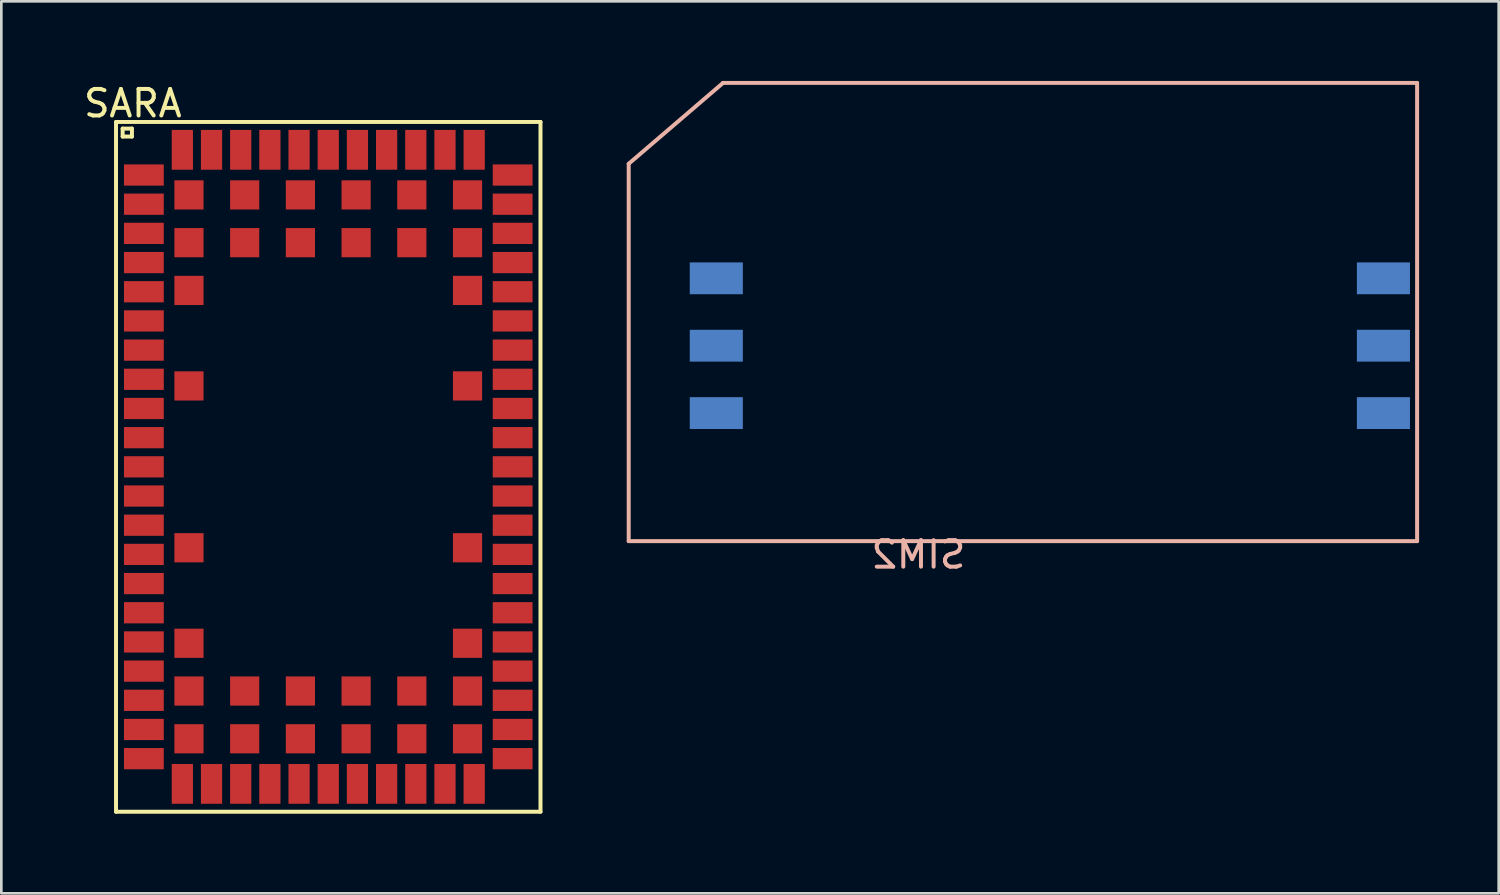
<source format=kicad_pcb>
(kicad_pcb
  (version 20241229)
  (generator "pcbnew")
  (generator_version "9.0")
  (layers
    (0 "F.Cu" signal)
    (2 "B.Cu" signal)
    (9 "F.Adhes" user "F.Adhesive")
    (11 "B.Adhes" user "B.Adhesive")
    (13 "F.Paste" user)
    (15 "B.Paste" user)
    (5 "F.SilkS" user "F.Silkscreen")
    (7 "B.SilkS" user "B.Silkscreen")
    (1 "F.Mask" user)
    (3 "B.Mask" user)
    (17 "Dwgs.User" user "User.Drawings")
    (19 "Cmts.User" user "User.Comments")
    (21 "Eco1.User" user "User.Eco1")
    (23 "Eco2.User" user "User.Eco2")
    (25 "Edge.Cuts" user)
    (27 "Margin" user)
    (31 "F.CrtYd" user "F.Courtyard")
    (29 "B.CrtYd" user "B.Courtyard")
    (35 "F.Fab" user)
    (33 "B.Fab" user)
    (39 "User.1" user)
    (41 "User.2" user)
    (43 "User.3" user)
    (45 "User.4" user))
  (footprint "SIM2"
    (layer "F.Cu")
    (at 20.648 17.347)
    (property "Reference" "SIM2" (at 10.922 0.508 0) (layer "B.SilkS") (effects (font (size 1 1) (thickness 0.15)) (justify mirror)))
    (attr through_hole)
    (fp_line (start 0 -14.224) (end 0 0) (stroke (width 0.15) (type solid)) (layer "B.SilkS"))
    (fp_line (start 0 -14.224) (end 3.556 -17.272) (stroke (width 0.15) (type solid)) (layer "B.SilkS"))
    (fp_line (start 3.556 -17.272) (end 29.718 -17.272) (stroke (width 0.15) (type solid)) (layer "B.SilkS"))
    (fp_line (start 29.718 -17.272) (end 29.718 0) (stroke (width 0.15) (type solid)) (layer "B.SilkS"))
    (fp_line (start 29.718 0) (end 0 0) (stroke (width 0.15) (type solid)) (layer "B.SilkS"))
    (pad "1" smd rect (at 3.302 -9.906) (size 2 1.2) (layers "B.Cu" "B.Mask" "B.Paste"))
    (pad "2" smd rect (at 3.302 -7.366) (size 2 1.2) (layers "B.Cu" "B.Mask" "B.Paste"))
    (pad "3" smd rect (at 3.302 -4.826) (size 2 1.2) (layers "B.Cu" "B.Mask" "B.Paste"))
    (pad "4" smd rect (at 28.448 -4.826) (size 2 1.2) (layers "B.Cu" "B.Mask" "B.Paste"))
    (pad "5" smd rect (at 28.448 -7.366) (size 2 1.2) (layers "B.Cu" "B.Mask" "B.Paste"))
    (pad "6" smd rect (at 28.448 -9.906) (size 2 1.2) (layers "B.Cu" "B.Mask" "B.Paste")))
  (footprint "SARA"
    (layer "F.Cu")
    (at 1.323 1.547)
    (property "Reference" "SARA" (at 0.635 -0.699 0) (layer "F.SilkS") (effects (font (size 1 1) (thickness 0.15))))
    (attr through_hole)
    (fp_line (start 0 0) (end 16 0) (stroke (width 0.15) (type solid)) (layer "F.SilkS"))
    (fp_line (start 0 26) (end 0 0) (stroke (width 0.15) (type solid)) (layer "F.SilkS"))
    (fp_line (start 0.25 0.25) (end 0.25 0.55) (stroke (width 0.15) (type solid)) (layer "F.SilkS"))
    (fp_line (start 0.25 0.55) (end 0.6 0.55) (stroke (width 0.15) (type solid)) (layer "F.SilkS"))
    (fp_line (start 0.6 0.25) (end 0.25 0.25) (stroke (width 0.15) (type solid)) (layer "F.SilkS"))
    (fp_line (start 0.6 0.55) (end 0.6 0.25) (stroke (width 0.15) (type solid)) (layer "F.SilkS"))
    (fp_line (start 16 0) (end 16 26) (stroke (width 0.15) (type solid)) (layer "F.SilkS"))
    (fp_line (start 16 26) (end 0 26) (stroke (width 0.15) (type solid)) (layer "F.SilkS"))
    (pad "1" smd trapezoid (at 1.05 2) (size 1.5 0.8) (layers "F.Cu" "F.Mask" "F.Paste"))
    (pad "2" smd trapezoid (at 1.05 3.1) (size 1.5 0.8) (layers "F.Cu" "F.Mask" "F.Paste"))
    (pad "3" smd trapezoid (at 1.05 4.2) (size 1.5 0.8) (layers "F.Cu" "F.Mask" "F.Paste"))
    (pad "4" smd trapezoid (at 1.05 5.3) (size 1.5 0.8) (layers "F.Cu" "F.Mask" "F.Paste"))
    (pad "5" smd trapezoid (at 1.05 6.4) (size 1.5 0.8) (layers "F.Cu" "F.Mask" "F.Paste"))
    (pad "6" smd trapezoid (at 1.05 7.5) (size 1.5 0.8) (layers "F.Cu" "F.Mask" "F.Paste"))
    (pad "7" smd trapezoid (at 1.05 8.6) (size 1.5 0.8) (layers "F.Cu" "F.Mask" "F.Paste"))
    (pad "8" smd trapezoid (at 1.05 9.7) (size 1.5 0.8) (layers "F.Cu" "F.Mask" "F.Paste"))
    (pad "9" smd trapezoid (at 1.05 10.8) (size 1.5 0.8) (layers "F.Cu" "F.Mask" "F.Paste"))
    (pad "10" smd trapezoid (at 1.05 11.9) (size 1.5 0.8) (layers "F.Cu" "F.Mask" "F.Paste"))
    (pad "11" smd trapezoid (at 1.05 13) (size 1.5 0.8) (layers "F.Cu" "F.Mask" "F.Paste"))
    (pad "12" smd trapezoid (at 1.05 14.1) (size 1.5 0.8) (layers "F.Cu" "F.Mask" "F.Paste"))
    (pad "13" smd trapezoid (at 1.05 15.2) (size 1.5 0.8) (layers "F.Cu" "F.Mask" "F.Paste"))
    (pad "14" smd trapezoid (at 1.05 16.3) (size 1.5 0.8) (layers "F.Cu" "F.Mask" "F.Paste"))
    (pad "15" smd trapezoid (at 1.05 17.4) (size 1.5 0.8) (layers "F.Cu" "F.Mask" "F.Paste"))
    (pad "16" smd trapezoid (at 1.05 18.5) (size 1.5 0.8) (layers "F.Cu" "F.Mask" "F.Paste"))
    (pad "17" smd trapezoid (at 1.05 19.6) (size 1.5 0.8) (layers "F.Cu" "F.Mask" "F.Paste"))
    (pad "18" smd trapezoid (at 1.05 20.7) (size 1.5 0.8) (layers "F.Cu" "F.Mask" "F.Paste"))
    (pad "19" smd trapezoid (at 1.05 21.8) (size 1.5 0.8) (layers "F.Cu" "F.Mask" "F.Paste"))
    (pad "20" smd trapezoid (at 1.05 22.9) (size 1.5 0.8) (layers "F.Cu" "F.Mask" "F.Paste"))
    (pad "21" smd trapezoid (at 1.05 24) (size 1.5 0.8) (layers "F.Cu" "F.Mask" "F.Paste"))
    (pad "22" smd trapezoid (at 2.5 24.95) (size 0.8 1.5) (layers "F.Cu" "F.Mask" "F.Paste"))
    (pad "23" smd trapezoid (at 3.6 24.95) (size 0.8 1.5) (layers "F.Cu" "F.Mask" "F.Paste"))
    (pad "24" smd trapezoid (at 4.7 24.95) (size 0.8 1.5) (layers "F.Cu" "F.Mask" "F.Paste"))
    (pad "25" smd trapezoid (at 5.8 24.95) (size 0.8 1.5) (layers "F.Cu" "F.Mask" "F.Paste"))
    (pad "26" smd trapezoid (at 6.9 24.95) (size 0.8 1.5) (layers "F.Cu" "F.Mask" "F.Paste"))
    (pad "27" smd trapezoid (at 8 24.95) (size 0.8 1.5) (layers "F.Cu" "F.Mask" "F.Paste"))
    (pad "28" smd trapezoid (at 9.1 24.95) (size 0.8 1.5) (layers "F.Cu" "F.Mask" "F.Paste"))
    (pad "29" smd trapezoid (at 10.2 24.95) (size 0.8 1.5) (layers "F.Cu" "F.Mask" "F.Paste"))
    (pad "30" smd trapezoid (at 11.3 24.95) (size 0.8 1.5) (layers "F.Cu" "F.Mask" "F.Paste"))
    (pad "31" smd trapezoid (at 12.4 24.95) (size 0.8 1.5) (layers "F.Cu" "F.Mask" "F.Paste"))
    (pad "32" smd trapezoid (at 13.5 24.95) (size 0.8 1.5) (layers "F.Cu" "F.Mask" "F.Paste"))
    (pad "33" smd trapezoid (at 14.95 24) (size 1.5 0.8) (layers "F.Cu" "F.Mask" "F.Paste"))
    (pad "34" smd trapezoid (at 14.95 22.9) (size 1.5 0.8) (layers "F.Cu" "F.Mask" "F.Paste"))
    (pad "35" smd trapezoid (at 14.95 21.8) (size 1.5 0.8) (layers "F.Cu" "F.Mask" "F.Paste"))
    (pad "36" smd trapezoid (at 14.95 20.7) (size 1.5 0.8) (layers "F.Cu" "F.Mask" "F.Paste"))
    (pad "37" smd trapezoid (at 14.95 19.6) (size 1.5 0.8) (layers "F.Cu" "F.Mask" "F.Paste"))
    (pad "38" smd trapezoid (at 14.95 18.5) (size 1.5 0.8) (layers "F.Cu" "F.Mask" "F.Paste"))
    (pad "39" smd trapezoid (at 14.95 17.4) (size 1.5 0.8) (layers "F.Cu" "F.Mask" "F.Paste"))
    (pad "40" smd trapezoid (at 14.95 16.3) (size 1.5 0.8) (layers "F.Cu" "F.Mask" "F.Paste"))
    (pad "41" smd trapezoid (at 14.95 15.2) (size 1.5 0.8) (layers "F.Cu" "F.Mask" "F.Paste"))
    (pad "42" smd trapezoid (at 14.95 14.1) (size 1.5 0.8) (layers "F.Cu" "F.Mask" "F.Paste"))
    (pad "43" smd trapezoid (at 14.95 13) (size 1.5 0.8) (layers "F.Cu" "F.Mask" "F.Paste"))
    (pad "44" smd trapezoid (at 14.95 11.9) (size 1.5 0.8) (layers "F.Cu" "F.Mask" "F.Paste"))
    (pad "45" smd trapezoid (at 14.95 10.8) (size 1.5 0.8) (layers "F.Cu" "F.Mask" "F.Paste"))
    (pad "46" smd trapezoid (at 14.95 9.7) (size 1.5 0.8) (layers "F.Cu" "F.Mask" "F.Paste"))
    (pad "47" smd trapezoid (at 14.95 8.6) (size 1.5 0.8) (layers "F.Cu" "F.Mask" "F.Paste"))
    (pad "48" smd trapezoid (at 14.95 7.5) (size 1.5 0.8) (layers "F.Cu" "F.Mask" "F.Paste"))
    (pad "49" smd trapezoid (at 14.95 6.4) (size 1.5 0.8) (layers "F.Cu" "F.Mask" "F.Paste"))
    (pad "50" smd trapezoid (at 14.95 5.3) (size 1.5 0.8) (layers "F.Cu" "F.Mask" "F.Paste"))
    (pad "51" smd trapezoid (at 14.95 4.2) (size 1.5 0.8) (layers "F.Cu" "F.Mask" "F.Paste"))
    (pad "52" smd trapezoid (at 14.95 3.1) (size 1.5 0.8) (layers "F.Cu" "F.Mask" "F.Paste"))
    (pad "53" smd trapezoid (at 14.95 2) (size 1.5 0.8) (layers "F.Cu" "F.Mask" "F.Paste"))
    (pad "54" smd trapezoid (at 13.5 1.05) (size 0.8 1.5) (layers "F.Cu" "F.Mask" "F.Paste"))
    (pad "55" smd trapezoid (at 12.4 1.05) (size 0.8 1.5) (layers "F.Cu" "F.Mask" "F.Paste"))
    (pad "56" smd trapezoid (at 11.3 1.05) (size 0.8 1.5) (layers "F.Cu" "F.Mask" "F.Paste"))
    (pad "57" smd trapezoid (at 10.2 1.05) (size 0.8 1.5) (layers "F.Cu" "F.Mask" "F.Paste"))
    (pad "58" smd trapezoid (at 9.1 1.05) (size 0.8 1.5) (layers "F.Cu" "F.Mask" "F.Paste"))
    (pad "59" smd trapezoid (at 8 1.05) (size 0.8 1.5) (layers "F.Cu" "F.Mask" "F.Paste"))
    (pad "60" smd trapezoid (at 6.9 1.05) (size 0.8 1.5) (layers "F.Cu" "F.Mask" "F.Paste"))
    (pad "61" smd trapezoid (at 5.8 1.05) (size 0.8 1.5) (layers "F.Cu" "F.Mask" "F.Paste"))
    (pad "62" smd trapezoid (at 4.7 1.05) (size 0.8 1.5) (layers "F.Cu" "F.Mask" "F.Paste"))
    (pad "63" smd trapezoid (at 3.6 1.05) (size 0.8 1.5) (layers "F.Cu" "F.Mask" "F.Paste"))
    (pad "64" smd trapezoid (at 2.5 1.05) (size 0.8 1.5) (layers "F.Cu" "F.Mask" "F.Paste"))
    (pad "65" smd rect (at 2.75 2.75) (size 1.1 1.1) (layers "F.Cu" "F.Mask" "F.Paste"))
    (pad "66" smd rect (at 4.85 2.75) (size 1.1 1.1) (layers "F.Cu" "F.Mask" "F.Paste"))
    (pad "67" smd rect (at 6.95 2.75) (size 1.1 1.1) (layers "F.Cu" "F.Mask" "F.Paste"))
    (pad "68" smd rect (at 9.05 2.75) (size 1.1 1.1) (layers "F.Cu" "F.Mask" "F.Paste"))
    (pad "69" smd rect (at 11.15 2.75) (size 1.1 1.1) (layers "F.Cu" "F.Mask" "F.Paste"))
    (pad "70" smd rect (at 13.25 2.75) (size 1.1 1.1) (layers "F.Cu" "F.Mask" "F.Paste"))
    (pad "71" smd rect (at 2.75 4.55) (size 1.1 1.1) (layers "F.Cu" "F.Mask" "F.Paste"))
    (pad "72" smd rect (at 4.85 4.55) (size 1.1 1.1) (layers "F.Cu" "F.Mask" "F.Paste"))
    (pad "73" smd rect (at 6.95 4.55) (size 1.1 1.1) (layers "F.Cu" "F.Mask" "F.Paste"))
    (pad "74" smd rect (at 9.05 4.55) (size 1.1 1.1) (layers "F.Cu" "F.Mask" "F.Paste"))
    (pad "75" smd rect (at 11.15 4.55) (size 1.1 1.1) (layers "F.Cu" "F.Mask" "F.Paste"))
    (pad "76" smd rect (at 13.25 4.55) (size 1.1 1.1) (layers "F.Cu" "F.Mask" "F.Paste"))
    (pad "77" smd rect (at 2.75 6.35) (size 1.1 1.1) (layers "F.Cu" "F.Mask" "F.Paste"))
    (pad "78" smd rect (at 13.25 6.35) (size 1.1 1.1) (layers "F.Cu" "F.Mask" "F.Paste"))
    (pad "79" smd rect (at 2.75 9.95) (size 1.1 1.1) (layers "F.Cu" "F.Mask" "F.Paste"))
    (pad "80" smd rect (at 13.25 9.95) (size 1.1 1.1) (layers "F.Cu" "F.Mask" "F.Paste"))
    (pad "81" smd rect (at 2.75 16.05) (size 1.1 1.1) (layers "F.Cu" "F.Mask" "F.Paste"))
    (pad "82" smd rect (at 13.25 16.05) (size 1.1 1.1) (layers "F.Cu" "F.Mask" "F.Paste"))
    (pad "83" smd rect (at 2.75 19.65) (size 1.1 1.1) (layers "F.Cu" "F.Mask" "F.Paste"))
    (pad "84" smd rect (at 13.25 19.65) (size 1.1 1.1) (layers "F.Cu" "F.Mask" "F.Paste"))
    (pad "85" smd rect (at 2.75 21.45) (size 1.1 1.1) (layers "F.Cu" "F.Mask" "F.Paste"))
    (pad "86" smd rect (at 4.85 21.45) (size 1.1 1.1) (layers "F.Cu" "F.Mask" "F.Paste"))
    (pad "87" smd rect (at 6.95 21.45) (size 1.1 1.1) (layers "F.Cu" "F.Mask" "F.Paste"))
    (pad "88" smd rect (at 9.05 21.45) (size 1.1 1.1) (layers "F.Cu" "F.Mask" "F.Paste"))
    (pad "89" smd rect (at 11.15 21.45) (size 1.1 1.1) (layers "F.Cu" "F.Mask" "F.Paste"))
    (pad "90" smd rect (at 13.25 21.45) (size 1.1 1.1) (layers "F.Cu" "F.Mask" "F.Paste"))
    (pad "91" smd rect (at 2.75 23.25) (size 1.1 1.1) (layers "F.Cu" "F.Mask" "F.Paste"))
    (pad "92" smd rect (at 4.85 23.25) (size 1.1 1.1) (layers "F.Cu" "F.Mask" "F.Paste"))
    (pad "93" smd rect (at 6.95 23.25) (size 1.1 1.1) (layers "F.Cu" "F.Mask" "F.Paste"))
    (pad "94" smd rect (at 9.05 23.25) (size 1.1 1.1) (layers "F.Cu" "F.Mask" "F.Paste"))
    (pad "95" smd rect (at 11.15 23.25) (size 1.1 1.1) (layers "F.Cu" "F.Mask" "F.Paste"))
    (pad "96" smd rect (at 13.25 23.25) (size 1.1 1.1) (layers "F.Cu" "F.Mask" "F.Paste")))
  (gr_rect
    (start -3 -3)
    (end 53.441 30.622)
    (stroke (width 0.1) (type default))
    (fill no)
    (layer "Edge.Cuts")))
</source>
